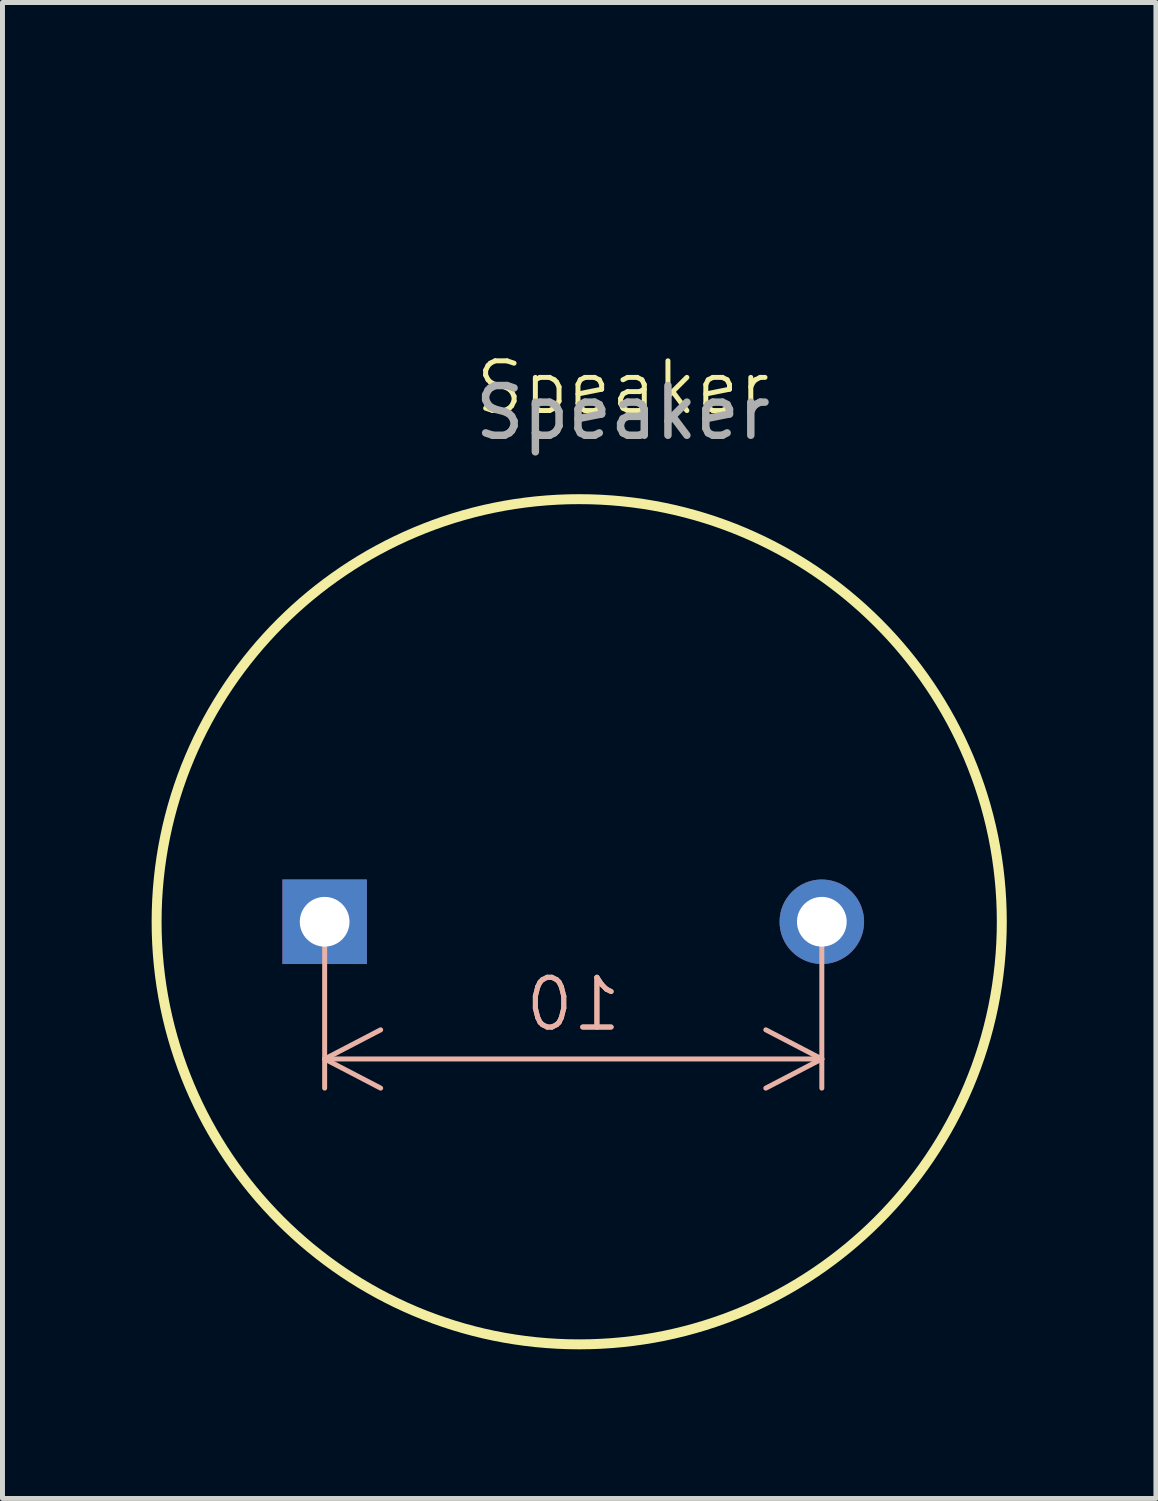
<source format=kicad_pcb>
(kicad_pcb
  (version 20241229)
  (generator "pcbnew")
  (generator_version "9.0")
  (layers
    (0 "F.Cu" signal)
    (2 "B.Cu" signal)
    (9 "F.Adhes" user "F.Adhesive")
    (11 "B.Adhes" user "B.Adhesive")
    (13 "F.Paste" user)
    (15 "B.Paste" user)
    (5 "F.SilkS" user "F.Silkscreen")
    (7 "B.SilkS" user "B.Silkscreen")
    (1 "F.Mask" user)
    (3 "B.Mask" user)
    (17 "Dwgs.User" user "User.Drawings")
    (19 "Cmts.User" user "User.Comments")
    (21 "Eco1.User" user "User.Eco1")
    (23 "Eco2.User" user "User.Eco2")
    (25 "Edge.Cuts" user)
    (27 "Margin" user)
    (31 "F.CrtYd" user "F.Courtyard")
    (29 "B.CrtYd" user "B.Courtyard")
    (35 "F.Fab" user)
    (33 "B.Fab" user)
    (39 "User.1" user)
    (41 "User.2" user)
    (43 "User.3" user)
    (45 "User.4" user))
  (footprint "Speaker"
    (layer "F.Cu")
    (at 9.48 0.25)
    (property "Reference" "Speaker" (at 0 4.5 0) (unlocked yes) (layer "F.SilkS") (effects (font (size 1 1) (thickness 0.1))))
    (attr through_hole)
    (fp_circle (center -0.88 15.24) (end 7.62 15.24) (stroke (width 0.2) (type solid)) (fill no) (layer "F.SilkS"))
    (fp_text user "${REFERENCE}" (at 0 5 0) (unlocked yes) (layer "F.Fab") (effects (font (size 1 1) (thickness 0.15))))
    (dimension (type orthogonal) (layer "B.SilkS") (pts (xy 3.48 15.49) (xy 13.48 15.49)) (height 2.76) (orientation 0) (format (prefix "") (suffix "") (units 3) (units_format 0) (precision 4) (suppress_zeroes yes)) (style (thickness 0.1) (arrow_length 1.27) (text_position_mode 0) (arrow_direction outward) (extension_height 0.586) (extension_offset 0.5) (keep_text_aligned yes)) (gr_text "10" (at 8.48 17.15 0) (layer "B.SilkS") (effects (font (size 1 1) (thickness 0.1)) (justify mirror))))
    (pad "1" thru_hole rect (at -6 15.24) (size 1.7 1.7) (drill 1) (layers "*.Cu" "*.Mask"))
    (pad "2" thru_hole oval (at 4 15.24) (size 1.7 1.7) (drill 1) (layers "*.Cu" "*.Mask")))
  (gr_rect
    (start -3 -3)
    (end 20.2 27.09)
    (stroke (width 0.1) (type default))
    (fill no)
    (layer "Edge.Cuts")))
</source>
